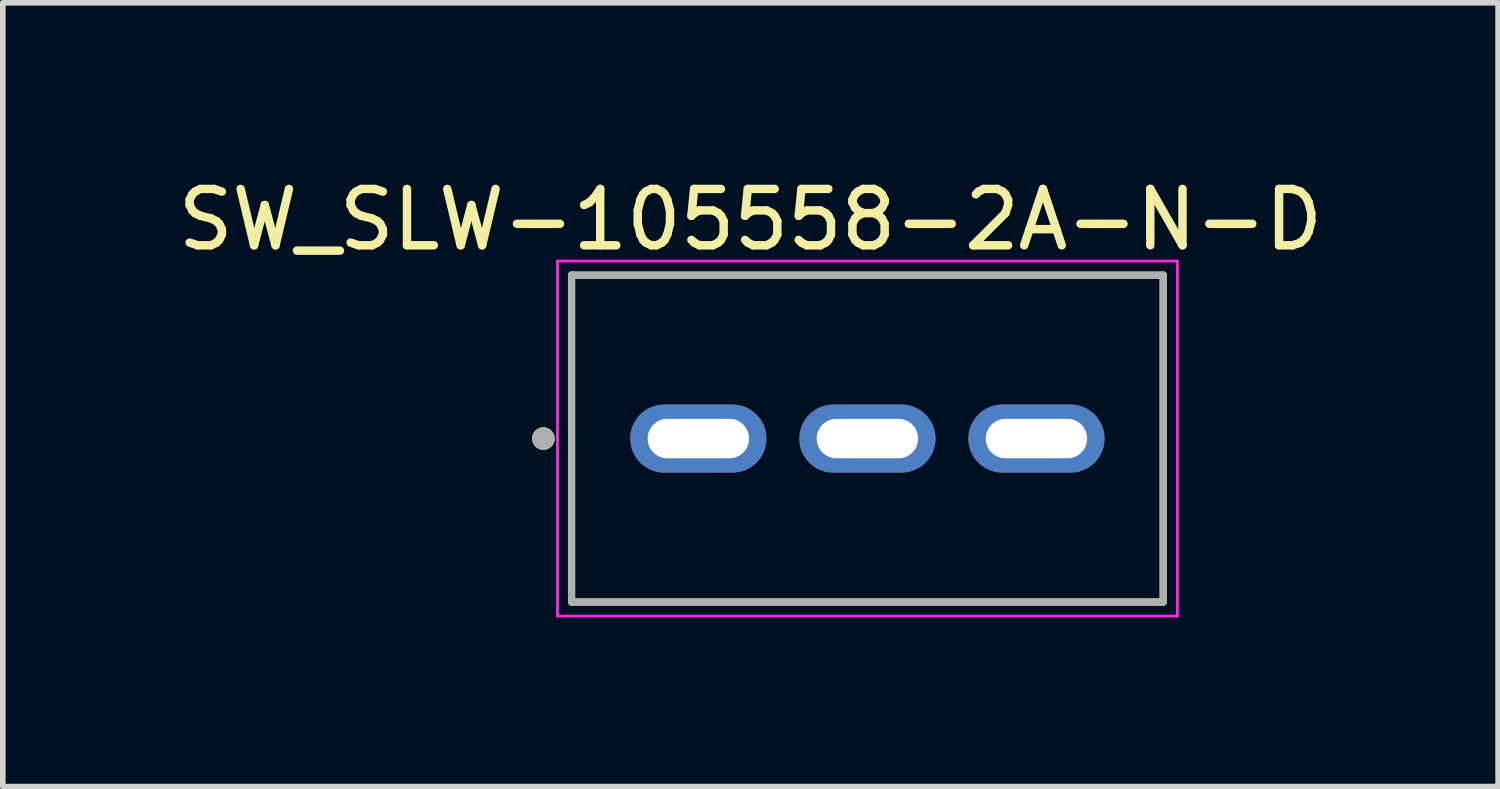
<source format=kicad_pcb>
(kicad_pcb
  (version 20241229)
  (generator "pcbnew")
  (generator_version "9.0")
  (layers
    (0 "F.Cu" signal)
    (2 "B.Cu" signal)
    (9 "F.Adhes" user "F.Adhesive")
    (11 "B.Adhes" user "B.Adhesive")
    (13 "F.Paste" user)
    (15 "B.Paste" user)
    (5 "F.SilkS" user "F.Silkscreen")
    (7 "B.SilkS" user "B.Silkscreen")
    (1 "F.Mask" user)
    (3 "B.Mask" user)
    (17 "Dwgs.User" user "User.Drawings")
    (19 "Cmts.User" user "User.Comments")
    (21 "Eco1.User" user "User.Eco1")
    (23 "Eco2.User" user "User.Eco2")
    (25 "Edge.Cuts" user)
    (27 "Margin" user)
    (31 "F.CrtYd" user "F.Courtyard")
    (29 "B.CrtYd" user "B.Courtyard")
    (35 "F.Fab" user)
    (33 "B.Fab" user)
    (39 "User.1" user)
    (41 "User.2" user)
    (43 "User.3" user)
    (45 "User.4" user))
  (footprint "SW_SLW-105558-2A-N-D"
    (layer "F.Cu")
    (at 12.343 4.733)
    (property "Reference" "SW_SLW-105558-2A-N-D" (at -2.075 -3.885 0) (layer "F.SilkS") (effects (font (size 1 1) (thickness 0.15))))
    (attr through_hole)
    (fp_line (start -5.25 -2.9) (end 5.25 -2.9) (stroke (width 0.127) (type solid)) (layer "F.SilkS"))
    (fp_line (start -5.25 2.9) (end -5.25 -2.9) (stroke (width 0.127) (type solid)) (layer "F.SilkS"))
    (fp_line (start 5.25 -2.9) (end 5.25 2.9) (stroke (width 0.127) (type solid)) (layer "F.SilkS"))
    (fp_line (start 5.25 2.9) (end -5.25 2.9) (stroke (width 0.127) (type solid)) (layer "F.SilkS"))
    (fp_circle (center -5.75 0) (end -5.65 0) (stroke (width 0.2) (type solid)) (fill no) (layer "F.SilkS"))
    (fp_line (start -5.5 -3.15) (end 5.5 -3.15) (stroke (width 0.05) (type solid)) (layer "F.CrtYd"))
    (fp_line (start -5.5 3.15) (end -5.5 -3.15) (stroke (width 0.05) (type solid)) (layer "F.CrtYd"))
    (fp_line (start 5.5 -3.15) (end 5.5 3.15) (stroke (width 0.05) (type solid)) (layer "F.CrtYd"))
    (fp_line (start 5.5 3.15) (end -5.5 3.15) (stroke (width 0.05) (type solid)) (layer "F.CrtYd"))
    (fp_line (start -5.25 -2.9) (end 5.25 -2.9) (stroke (width 0.127) (type solid)) (layer "F.Fab"))
    (fp_line (start -5.25 2.9) (end -5.25 -2.9) (stroke (width 0.127) (type solid)) (layer "F.Fab"))
    (fp_line (start 5.25 -2.9) (end 5.25 2.9) (stroke (width 0.127) (type solid)) (layer "F.Fab"))
    (fp_line (start 5.25 2.9) (end -5.25 2.9) (stroke (width 0.127) (type solid)) (layer "F.Fab"))
    (fp_circle (center -5.75 0) (end -5.65 0) (stroke (width 0.2) (type solid)) (fill no) (layer "F.Fab"))
    (pad "1" thru_hole oval (at -3 0) (size 2.416 1.208) (drill oval 1.8 0.7) (layers "*.Cu" "*.Mask"))
    (pad "2" thru_hole oval (at 0 0) (size 2.416 1.208) (drill oval 1.8 0.7) (layers "*.Cu" "*.Mask"))
    (pad "3" thru_hole oval (at 3 0) (size 2.416 1.208) (drill oval 1.8 0.7) (layers "*.Cu" "*.Mask")))
  (gr_rect
    (start -3 -3)
    (end 23.536 10.908)
    (stroke (width 0.1) (type default))
    (fill no)
    (layer "Edge.Cuts")))
</source>
